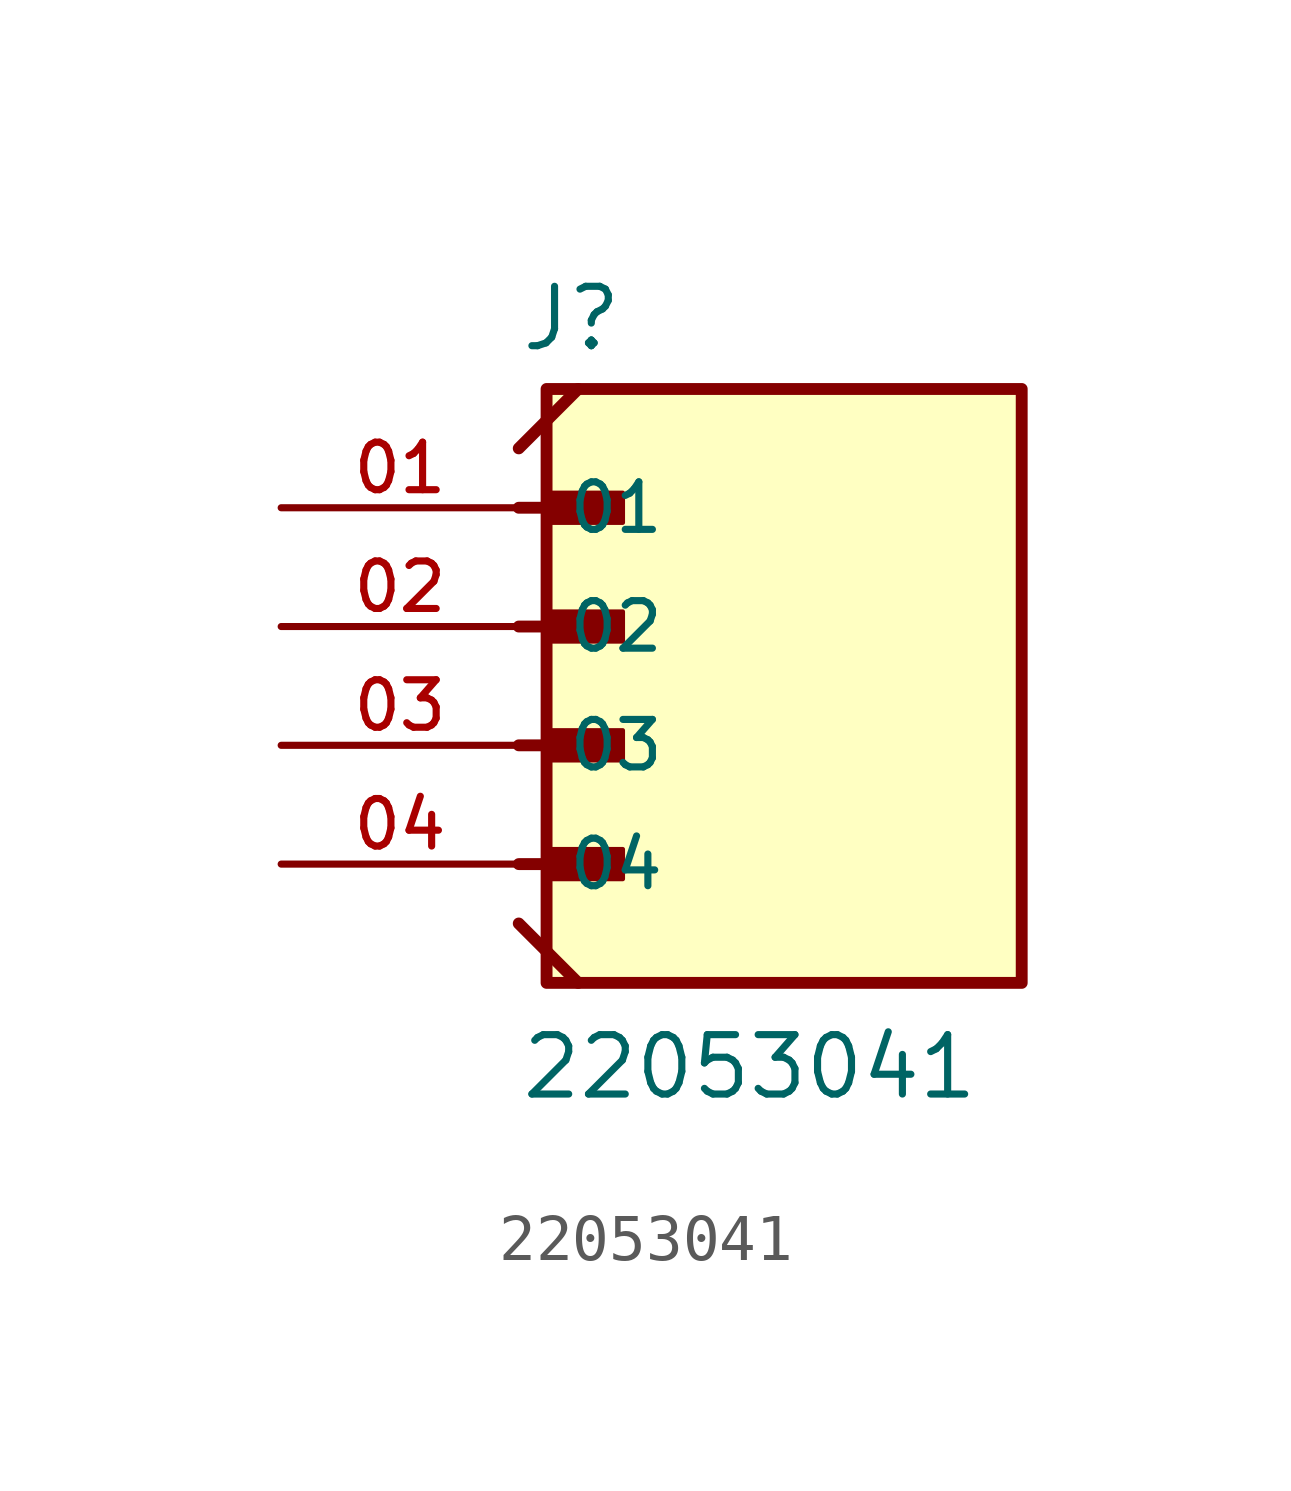
<source format=kicad_sym>
(kicad_symbol_lib
  (version 20211014)
  (generator kicad_symbol_editor)
  (symbol "22053041"
    (pin_names
      (offset 1.016))
    (property "Reference" "J"
      (at -5.08 8.382 0)
      (effects (font (size 1.27 1.27)) (justify bottom left)))
    (property "Value" "22053041"
      (at -5.08 -7.62 0)
      (effects (font (size 1.27 1.27)) (justify bottom left)))
    (symbol "22053041_0_0"
      (polyline (pts (xy -5.08 5.08) (xy -3.175 5.08)) (stroke (width 0.254)))
      (rectangle (start -4.445 4.763) (end -2.857 5.397) (stroke (width 0.1)) (fill (type outline)))
      (polyline (pts (xy -5.08 2.54) (xy -3.175 2.54)) (stroke (width 0.254)))
      (rectangle (start -4.445 2.223) (end -2.857 2.857) (stroke (width 0.1)) (fill (type outline)))
      (polyline (pts (xy -5.08 0.0) (xy -3.175 0.0)) (stroke (width 0.254)))
      (rectangle (start -4.445 -0.318) (end -2.857 0.318) (stroke (width 0.1)) (fill (type outline)))
      (polyline (pts (xy -5.08 -2.54) (xy -3.175 -2.54)) (stroke (width 0.254)))
      (rectangle (start -4.445 -2.857) (end -2.857 -2.223) (stroke (width 0.1)) (fill (type outline)))
      (polyline (pts (xy -5.08 -3.81) (xy -3.81 -5.08)) (stroke (width 0.254)))
      (polyline (pts (xy -5.08 6.35) (xy -3.81 7.62)) (stroke (width 0.254)))
      (rectangle (start -4.485 -5.08) (end 5.675 7.62) (stroke (width 0.254)) (fill (type background)))
      (pin passive line (at -10.16 5.08 0) (length 5.08) (name "01" (effects (font (size 1.016 1.016)))) (number "01" (effects (font (size 1.016 1.016)))))
      (pin passive line (at -10.16 2.54 0) (length 5.08) (name "02" (effects (font (size 1.016 1.016)))) (number "02" (effects (font (size 1.016 1.016)))))
      (pin passive line (at -10.16 0.0 0) (length 5.08) (name "03" (effects (font (size 1.016 1.016)))) (number "03" (effects (font (size 1.016 1.016)))))
      (pin passive line (at -10.16 -2.54 0) (length 5.08) (name "04" (effects (font (size 1.016 1.016)))) (number "04" (effects (font (size 1.016 1.016))))))))
</source>
